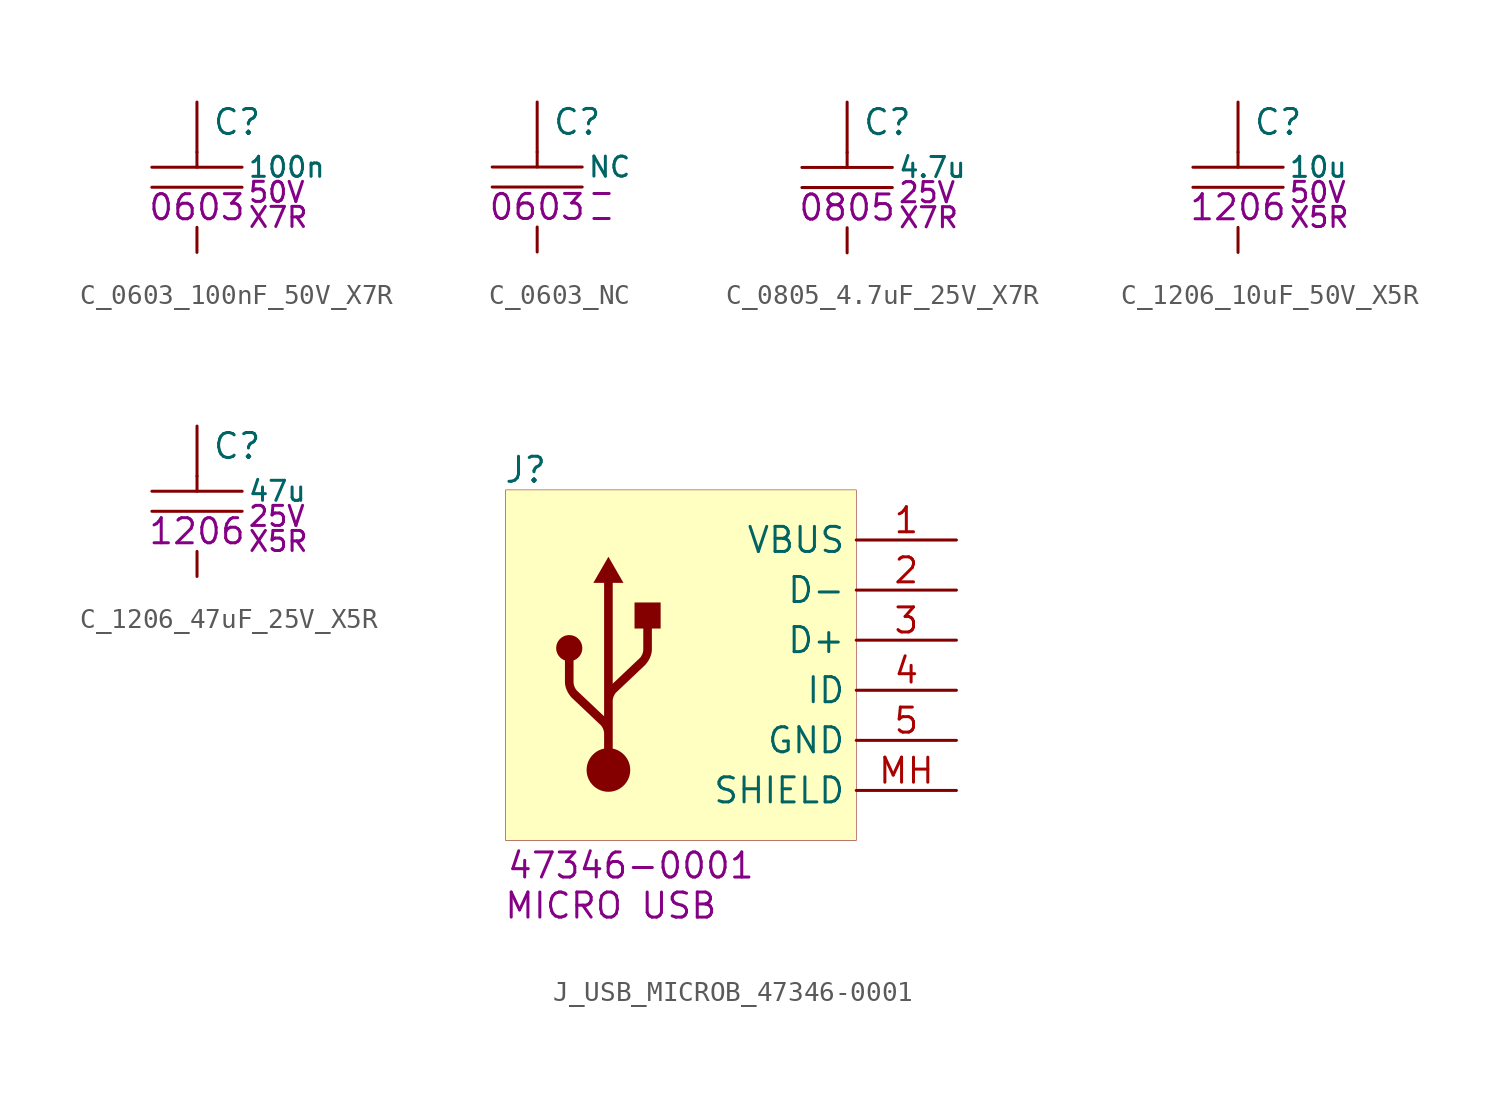
<source format=kicad_sym>
(kicad_symbol_lib
  (version 20241209)
  (generator "kicad_symbol_editor")
  (generator_version "9.0")
  (symbol "C_0603_100nF_50V_X7R"
    (pin_numbers
      (hide yes))
    (pin_names
      (hide yes))
    (property "Reference" "C"
      (at 2.032 -1.016 0)
      (effects (font (size 1.27 1.27))))
    (property "Value" "100n"
      (at 2.54 -3.302 0)
      (effects (font (size 1.016 1.016)) (justify left)))
    (property "Voltage" "50V"
      (at 2.54 -4.572 0)
      (effects (font (size 1.016 1.016)) (justify left)))
    (property "Dielectric" "X7R"
      (at 2.54 -5.842 0)
      (effects (font (size 1.016 1.016)) (justify left)))
    (property "SCH_FOOTPRINT" "0603"
      (at 0 -5.334 0)
      (effects (font (size 1.27 1.27))))
    (symbol "C_0603_100nF_50V_X7R_1_0"
      (polyline (pts (xy -2.286 -3.302) (xy 2.286 -3.302)) (stroke (width 0) (type solid)) (fill (type none)))
      (polyline (pts (xy -2.286 -4.318) (xy 2.286 -4.318)) (stroke (width 0) (type solid)) (fill (type none)))
      (polyline (pts (xy 0 -2.54) (xy 0 -3.302)) (stroke (width 0) (type solid)) (fill (type none)))
      (pin passive line (at 0 0 270) (length 2.54) (name "1" (effects (font (size 1.27 1.27)))) (number "1" (effects (font (size 1.27 1.27)))))
      (pin passive line (at 0 -7.62 90) (length 1.27) (name "2" (effects (font (size 1.27 1.27)))) (number "2" (effects (font (size 1.27 1.27)))))))
  (symbol "C_0603_NC"
    (pin_numbers
      (hide yes))
    (pin_names
      (hide yes))
    (property "Reference" "C"
      (at 2.032 -1.016 0)
      (effects (font (size 1.27 1.27))))
    (property "Value" "NC"
      (at 2.54 -3.302 0)
      (effects (font (size 1.016 1.016)) (justify left)))
    (property "Voltage" "-"
      (at 2.54 -4.572 0)
      (effects (font (size 1.016 1.016)) (justify left)))
    (property "Dielectric" "-"
      (at 2.54 -5.842 0)
      (effects (font (size 1.016 1.016)) (justify left)))
    (property "SCH_FOOTPRINT" "0603"
      (at 0 -5.334 0)
      (effects (font (size 1.27 1.27))))
    (symbol "C_0603_NC_1_0"
      (polyline (pts (xy -2.286 -3.302) (xy 2.286 -3.302)) (stroke (width 0) (type solid)) (fill (type none)))
      (polyline (pts (xy -2.286 -4.318) (xy 2.286 -4.318)) (stroke (width 0) (type solid)) (fill (type none)))
      (polyline (pts (xy 0 -2.54) (xy 0 -3.302)) (stroke (width 0) (type solid)) (fill (type none)))
      (pin passive line (at 0 0 270) (length 2.54) (name "1" (effects (font (size 1.27 1.27)))) (number "1" (effects (font (size 1.27 1.27)))))
      (pin passive line (at 0 -7.62 90) (length 1.27) (name "2" (effects (font (size 1.27 1.27)))) (number "2" (effects (font (size 1.27 1.27)))))))
  (symbol "C_0805_4.7uF_25V_X7R"
    (pin_numbers
      (hide yes))
    (pin_names
      (hide yes))
    (property "Reference" "C"
      (at 2.032 -1.016 0)
      (effects (font (size 1.27 1.27))))
    (property "Value" "4.7u"
      (at 2.54 -3.302 0)
      (effects (font (size 1.016 1.016)) (justify left)))
    (property "Voltage" "25V"
      (at 2.54 -4.572 0)
      (effects (font (size 1.016 1.016)) (justify left)))
    (property "Dielectric" "X7R"
      (at 2.54 -5.842 0)
      (effects (font (size 1.016 1.016)) (justify left)))
    (property "SCH_FOOTPRINT" "0805"
      (at 0 -5.334 0)
      (effects (font (size 1.27 1.27))))
    (symbol "C_0805_4.7uF_25V_X7R_1_0"
      (polyline (pts (xy -2.286 -3.302) (xy 2.286 -3.302)) (stroke (width 0) (type solid)) (fill (type none)))
      (polyline (pts (xy -2.286 -4.318) (xy 2.286 -4.318)) (stroke (width 0) (type solid)) (fill (type none)))
      (polyline (pts (xy 0 -2.54) (xy 0 -3.302)) (stroke (width 0) (type solid)) (fill (type none)))
      (pin passive line (at 0 0 270) (length 2.54) (name "1" (effects (font (size 1.27 1.27)))) (number "1" (effects (font (size 1.27 1.27)))))
      (pin passive line (at 0 -7.62 90) (length 1.27) (name "2" (effects (font (size 1.27 1.27)))) (number "2" (effects (font (size 1.27 1.27)))))))
  (symbol "C_1206_10uF_50V_X5R"
    (pin_numbers
      (hide yes))
    (pin_names
      (hide yes))
    (property "Reference" "C"
      (at 2.032 -1.016 0)
      (effects (font (size 1.27 1.27))))
    (property "Value" "10u"
      (at 2.54 -3.302 0)
      (effects (font (size 1.016 1.016)) (justify left)))
    (property "Voltage" "50V"
      (at 2.54 -4.572 0)
      (effects (font (size 1.016 1.016)) (justify left)))
    (property "Dielectric" "X5R"
      (at 2.54 -5.842 0)
      (effects (font (size 1.016 1.016)) (justify left)))
    (property "SCH_FOOTPRINT" "1206"
      (at 0 -5.334 0)
      (effects (font (size 1.27 1.27))))
    (symbol "C_1206_10uF_50V_X5R_1_0"
      (polyline (pts (xy -2.286 -3.302) (xy 2.286 -3.302)) (stroke (width 0) (type solid)) (fill (type none)))
      (polyline (pts (xy -2.286 -4.318) (xy 2.286 -4.318)) (stroke (width 0) (type solid)) (fill (type none)))
      (polyline (pts (xy 0 -2.54) (xy 0 -3.302)) (stroke (width 0) (type solid)) (fill (type none)))
      (pin passive line (at 0 0 270) (length 2.54) (name "1" (effects (font (size 1.27 1.27)))) (number "1" (effects (font (size 1.27 1.27)))))
      (pin passive line (at 0 -7.62 90) (length 1.27) (name "2" (effects (font (size 1.27 1.27)))) (number "2" (effects (font (size 1.27 1.27)))))))
  (symbol "C_1206_47uF_25V_X5R"
    (pin_numbers
      (hide yes))
    (pin_names
      (hide yes))
    (property "Reference" "C"
      (at 2.032 -1.016 0)
      (effects (font (size 1.27 1.27))))
    (property "Value" "47u"
      (at 2.54 -3.302 0)
      (effects (font (size 1.016 1.016)) (justify left)))
    (property "Voltage" "25V"
      (at 2.54 -4.572 0)
      (effects (font (size 1.016 1.016)) (justify left)))
    (property "Dielectric" "X5R"
      (at 2.54 -5.842 0)
      (effects (font (size 1.016 1.016)) (justify left)))
    (property "SCH_FOOTPRINT" "1206"
      (at 0 -5.334 0)
      (effects (font (size 1.27 1.27))))
    (symbol "C_1206_47uF_25V_X5R_1_0"
      (polyline (pts (xy -2.286 -3.302) (xy 2.286 -3.302)) (stroke (width 0) (type solid)) (fill (type none)))
      (polyline (pts (xy -2.286 -4.318) (xy 2.286 -4.318)) (stroke (width 0) (type solid)) (fill (type none)))
      (polyline (pts (xy 0 -2.54) (xy 0 -3.302)) (stroke (width 0) (type solid)) (fill (type none)))
      (pin passive line (at 0 0 270) (length 2.54) (name "1" (effects (font (size 1.27 1.27)))) (number "1" (effects (font (size 1.27 1.27)))))
      (pin passive line (at 0 -7.62 90) (length 1.27) (name "2" (effects (font (size 1.27 1.27)))) (number "2" (effects (font (size 1.27 1.27)))))))
  (symbol "J_USB_MICROB_47346-0001"
    (property "Reference" "J"
      (at -16.764 1.016 0)
      (effects (font (size 1.27 1.27))))
    (property "Manufacturer Part Number" "47346-0001"
      (at -11.43 -19.05 0)
      (effects (font (size 1.27 1.27))))
    (property "SCH_FOOTPRINT" "MICRO USB"
      (at -12.446 -21.082 0)
      (effects (font (size 1.27 1.27))))
    (symbol "J_USB_MICROB_47346-0001_1_0"
      (polyline (pts (xy -15.215 -7.99) (xy -15.212 -7.956) (xy -15.208 -7.923) (xy -15.202 -7.891) (xy -15.195 -7.859) (xy -15.186 -7.827) (xy -15.175 -7.796) (xy -15.163 -7.766) (xy -15.15 -7.737) (xy -15.136 -7.708) (xy -15.12 -7.681) (xy -15.102 -7.654) (xy -15.084 -7.628) (xy -15.064 -7.603) (xy -15.043 -7.579) (xy -15.021 -7.556) (xy -14.998 -7.534) (xy -14.975 -7.513) (xy -14.95 -7.494) (xy -14.924 -7.475) (xy -14.897 -7.458) (xy -14.869 -7.442) (xy -14.84 -7.427) (xy -14.811 -7.414) (xy -14.781 -7.402) (xy -14.75 -7.392) (xy -14.719 -7.383) (xy -14.687 -7.375) (xy -14.654 -7.37) (xy -14.621 -7.365) (xy -14.587 -7.363) (xy -14.553 -7.362) (xy -14.519 -7.363) (xy -14.486 -7.365) (xy -14.453 -7.37) (xy -14.42 -7.375) (xy -14.388 -7.383) (xy -14.357 -7.392) (xy -14.326 -7.402) (xy -14.296 -7.414) (xy -14.266 -7.427) (xy -14.238 -7.442) (xy -14.21 -7.458) (xy -14.183 -7.475) (xy -14.157 -7.494) (xy -14.132 -7.513) (xy -14.108 -7.534) (xy -14.085 -7.556) (xy -14.063 -7.579) (xy -14.042 -7.603) (xy -14.023 -7.628) (xy -14.004 -7.654) (xy -13.987 -7.681) (xy -13.971 -7.708) (xy -13.957 -7.737) (xy -13.943 -7.766) (xy -13.931 -7.796) (xy -13.921 -7.827) (xy -13.912 -7.859) (xy -13.905 -7.891) (xy -13.899 -7.923) (xy -13.895 -7.956) (xy -13.892 -7.99) (xy -13.891 -8.024) (xy -13.892 -8.051) (xy -13.893 -8.078) (xy -13.896 -8.104) (xy -13.9 -8.13) (xy -13.904 -8.156) (xy -13.91 -8.181) (xy -13.917 -8.206) (xy -13.924 -8.23) (xy -13.933 -8.255) (xy -13.942 -8.278) (xy -13.953 -8.301) (xy -13.964 -8.324) (xy -13.976 -8.346) (xy -13.988 -8.368) (xy -14.002 -8.389) (xy -14.016 -8.41) (xy -14.032 -8.43) (xy -14.047 -8.449) (xy -14.064 -8.468) (xy -14.081 -8.486) (xy -14.099 -8.503) (xy -14.118 -8.52) (xy -14.137 -8.536) (xy -14.157 -8.552) (xy -14.177 -8.566) (xy -14.198 -8.58) (xy -14.22 -8.593) (xy -14.242 -8.605) (xy -14.264 -8.617) (xy -14.287 -8.628) (xy -14.311 -8.637) (xy -14.335 -8.646) (xy -14.335 -9.753) (xy -14.333 -9.781) (xy -14.331 -9.809) (xy -14.326 -9.837) (xy -14.321 -9.865) (xy -14.315 -9.892) (xy -14.307 -9.919) (xy -14.299 -9.946) (xy -14.289 -9.972) (xy -14.278 -9.998) (xy -14.266 -10.024) (xy -14.254 -10.048) (xy -14.24 -10.072) (xy -14.226 -10.096) (xy -14.21 -10.119) (xy -14.195 -10.141) (xy -14.178 -10.163) (xy -12.786 -11.48) (xy -12.786 -4.713) (xy -13.332 -4.713) (xy -12.567 -3.389) (xy -11.803 -4.713) (xy -12.349 -4.713) (xy -12.349 -9.825) (xy -10.957 -8.508) (xy -10.94 -8.486) (xy -10.924 -8.464) (xy -10.909 -8.441) (xy -10.895 -8.417) (xy -10.881 -8.393) (xy -10.868 -8.368) (xy -10.857 -8.343) (xy -10.846 -8.317) (xy -10.836 -8.291) (xy -10.827 -8.264) (xy -10.82 -8.237) (xy -10.813 -8.21) (xy -10.808 -8.182) (xy -10.804 -8.154) (xy -10.802 -8.126) (xy -10.8 -8.098) (xy -10.8 -7.031) (xy -11.243 -7.031) (xy -11.243 -5.707) (xy -9.919 -5.707) (xy -9.919 -7.031) (xy -10.363 -7.031) (xy -10.363 -8.085) (xy -10.364 -8.14) (xy -10.37 -8.196) (xy -10.379 -8.252) (xy -10.391 -8.308) (xy -10.406 -8.363) (xy -10.424 -8.418) (xy -10.445 -8.471) (xy -10.468 -8.524) (xy -10.493 -8.576) (xy -10.52 -8.626) (xy -10.549 -8.675) (xy -10.58 -8.722) (xy -10.612 -8.767) (xy -10.646 -8.81) (xy -10.68 -8.851) (xy -10.716 -8.89) (xy -10.713 -8.887) (xy -10.712 -8.886) (xy -10.709 -8.883) (xy -10.709 -8.883) (xy -10.709 -8.883) (xy -10.71 -8.884) (xy -10.716 -8.89) (xy -12.192 -10.287) (xy -12.209 -10.309) (xy -12.225 -10.331) (xy -12.24 -10.354) (xy -12.254 -10.377) (xy -12.268 -10.401) (xy -12.28 -10.426) (xy -12.292 -10.451) (xy -12.303 -10.477) (xy -12.313 -10.504) (xy -12.321 -10.53) (xy -12.329 -10.557) (xy -12.335 -10.585) (xy -12.341 -10.612) (xy -12.345 -10.64) (xy -12.347 -10.668) (xy -12.349 -10.696) (xy -12.349 -12.36) (xy -12.349 -12.36) (xy -12.349 -12.361) (xy -12.349 -12.362) (xy -12.349 -12.363) (xy -12.349 -12.364) (xy -12.349 -12.365) (xy -12.349 -13.117) (xy -12.302 -13.128) (xy -12.255 -13.14) (xy -12.21 -13.155) (xy -12.165 -13.171) (xy -12.122 -13.189) (xy -12.079 -13.209) (xy -12.037 -13.231) (xy -11.997 -13.254) (xy -11.957 -13.279) (xy -11.919 -13.306) (xy -11.846 -13.364) (xy -11.778 -13.427) (xy -11.715 -13.496) (xy -11.659 -13.571) (xy -11.633 -13.61) (xy -11.609 -13.65) (xy -11.586 -13.691) (xy -11.565 -13.733) (xy -11.546 -13.776) (xy -11.529 -13.82) (xy -11.513 -13.865) (xy -11.5 -13.911) (xy -11.488 -13.958) (xy -11.479 -14.005) (xy -11.471 -14.053) (xy -11.466 -14.102) (xy -11.463 -14.151) (xy -11.461 -14.201) (xy -11.463 -14.258) (xy -11.467 -14.314) (xy -11.474 -14.37) (xy -11.484 -14.424) (xy -11.496 -14.478) (xy -11.511 -14.53) (xy -11.528 -14.582) (xy -11.548 -14.632) (xy -11.57 -14.681) (xy -11.595 -14.728) (xy -11.621 -14.775) (xy -11.65 -14.82) (xy -11.681 -14.863) (xy -11.714 -14.905) (xy -11.749 -14.945) (xy -11.785 -14.983) (xy -11.824 -15.02) (xy -11.864 -15.055) (xy -11.906 -15.087) (xy -11.949 -15.118) (xy -11.994 -15.147) (xy -12.04 -15.174) (xy -12.088 -15.198) (xy -12.137 -15.22) (xy -12.187 -15.24) (xy -12.238 -15.257) (xy -12.291 -15.272) (xy -12.344 -15.285) (xy -12.399 -15.294) (xy -12.454 -15.301) (xy -12.51 -15.306) (xy -12.567 -15.307) (xy -12.624 -15.306) (xy -12.68 -15.301) (xy -12.736 -15.294) (xy -12.79 -15.285) (xy -12.844 -15.272) (xy -12.896 -15.257) (xy -12.947 -15.24) (xy -12.998 -15.22) (xy -13.046 -15.198) (xy -13.094 -15.174) (xy -13.14 -15.147) (xy -13.185 -15.118) (xy -13.229 -15.087) (xy -13.271 -15.055) (xy -13.311 -15.02) (xy -13.349 -14.983) (xy -13.386 -14.945) (xy -13.42 -14.905) (xy -13.453 -14.863) (xy -13.484 -14.82) (xy -13.513 -14.775) (xy -13.539 -14.728) (xy -13.564 -14.681) (xy -13.586 -14.632) (xy -13.606 -14.582) (xy -13.623 -14.53) (xy -13.638 -14.478) (xy -13.65 -14.424) (xy -13.66 -14.37) (xy -13.667 -14.314) (xy -13.671 -14.258) (xy -13.673 -14.201) (xy -13.672 -14.151) (xy -13.668 -14.102) (xy -13.663 -14.053) (xy -13.655 -14.005) (xy -13.646 -13.958) (xy -13.634 -13.911) (xy -13.621 -13.865) (xy -13.605 -13.82) (xy -13.588 -13.776) (xy -13.569 -13.733) (xy -13.548 -13.691) (xy -13.526 -13.65) (xy -13.501 -13.61) (xy -13.476 -13.571) (xy -13.448 -13.533) (xy -13.419 -13.497) (xy -13.389 -13.461) (xy -13.357 -13.428) (xy -13.323 -13.395) (xy -13.289 -13.364) (xy -13.253 -13.334) (xy -13.216 -13.306) (xy -13.178 -13.279) (xy -13.138 -13.254) (xy -13.097 -13.231) (xy -13.056 -13.209) (xy -13.013 -13.19) (xy -12.969 -13.171) (xy -12.925 -13.155) (xy -12.879 -13.141) (xy -12.833 -13.128) (xy -12.786 -13.118) (xy -12.786 -12.352) (xy -12.787 -12.324) (xy -12.79 -12.296) (xy -12.794 -12.268) (xy -12.799 -12.24) (xy -12.806 -12.213) (xy -12.813 -12.186) (xy -12.822 -12.159) (xy -12.832 -12.133) (xy -12.843 -12.107) (xy -12.854 -12.082) (xy -12.867 -12.057) (xy -12.88 -12.033) (xy -12.895 -12.009) (xy -12.91 -11.986) (xy -12.926 -11.964) (xy -12.942 -11.943) (xy -14.419 -10.545) (xy -14.425 -10.539) (xy -14.426 -10.538) (xy -14.426 -10.538) (xy -14.425 -10.538) (xy -14.423 -10.541) (xy -14.419 -10.545) (xy -14.454 -10.506) (xy -14.489 -10.465) (xy -14.522 -10.422) (xy -14.555 -10.377) (xy -14.585 -10.33) (xy -14.614 -10.281) (xy -14.642 -10.231) (xy -14.667 -10.179) (xy -14.69 -10.126) (xy -14.711 -10.073) (xy -14.729 -10.018) (xy -14.744 -9.963) (xy -14.756 -9.907) (xy -14.765 -9.851) (xy -14.77 -9.796) (xy -14.772 -9.74) (xy -14.772 -8.646) (xy -14.819 -8.628) (xy -14.865 -8.605) (xy -14.909 -8.58) (xy -14.95 -8.552) (xy -14.989 -8.52) (xy -15.025 -8.486) (xy -15.059 -8.449) (xy -15.09 -8.41) (xy -15.118 -8.368) (xy -15.143 -8.324) (xy -15.165 -8.278) (xy -15.182 -8.23) (xy -15.197 -8.181) (xy -15.207 -8.13) (xy -15.213 -8.078) (xy -15.215 -8.051) (xy -15.216 -8.024) (xy -15.215 -7.99)) (stroke (width -0.0001) (type solid)) (fill (type outline)))
      (rectangle (start 0 0) (end -17.78 -17.78) (stroke (width 0.025) (type solid) (color 128 0 0 1)) (fill (type background)))
      (pin passive line (at 5.08 -2.54 180) (length 5.08) (name "VBUS" (effects (font (size 1.27 1.27)))) (number "1" (effects (font (size 1.27 1.27)))))
      (pin passive line (at 5.08 -5.08 180) (length 5.08) (name "D-" (effects (font (size 1.27 1.27)))) (number "2" (effects (font (size 1.27 1.27)))))
      (pin passive line (at 5.08 -7.62 180) (length 5.08) (name "D+" (effects (font (size 1.27 1.27)))) (number "3" (effects (font (size 1.27 1.27)))))
      (pin passive line (at 5.08 -10.16 180) (length 5.08) (name "ID" (effects (font (size 1.27 1.27)))) (number "4" (effects (font (size 1.27 1.27)))))
      (pin passive line (at 5.08 -12.7 180) (length 5.08) (name "GND" (effects (font (size 1.27 1.27)))) (number "5" (effects (font (size 1.27 1.27)))))
      (pin passive line (at 5.08 -15.24 180) (length 5.08) (name "SHIELD" (effects (font (size 1.27 1.27)))) (number "MH" (effects (font (size 1.27 1.27))))))))
</source>
